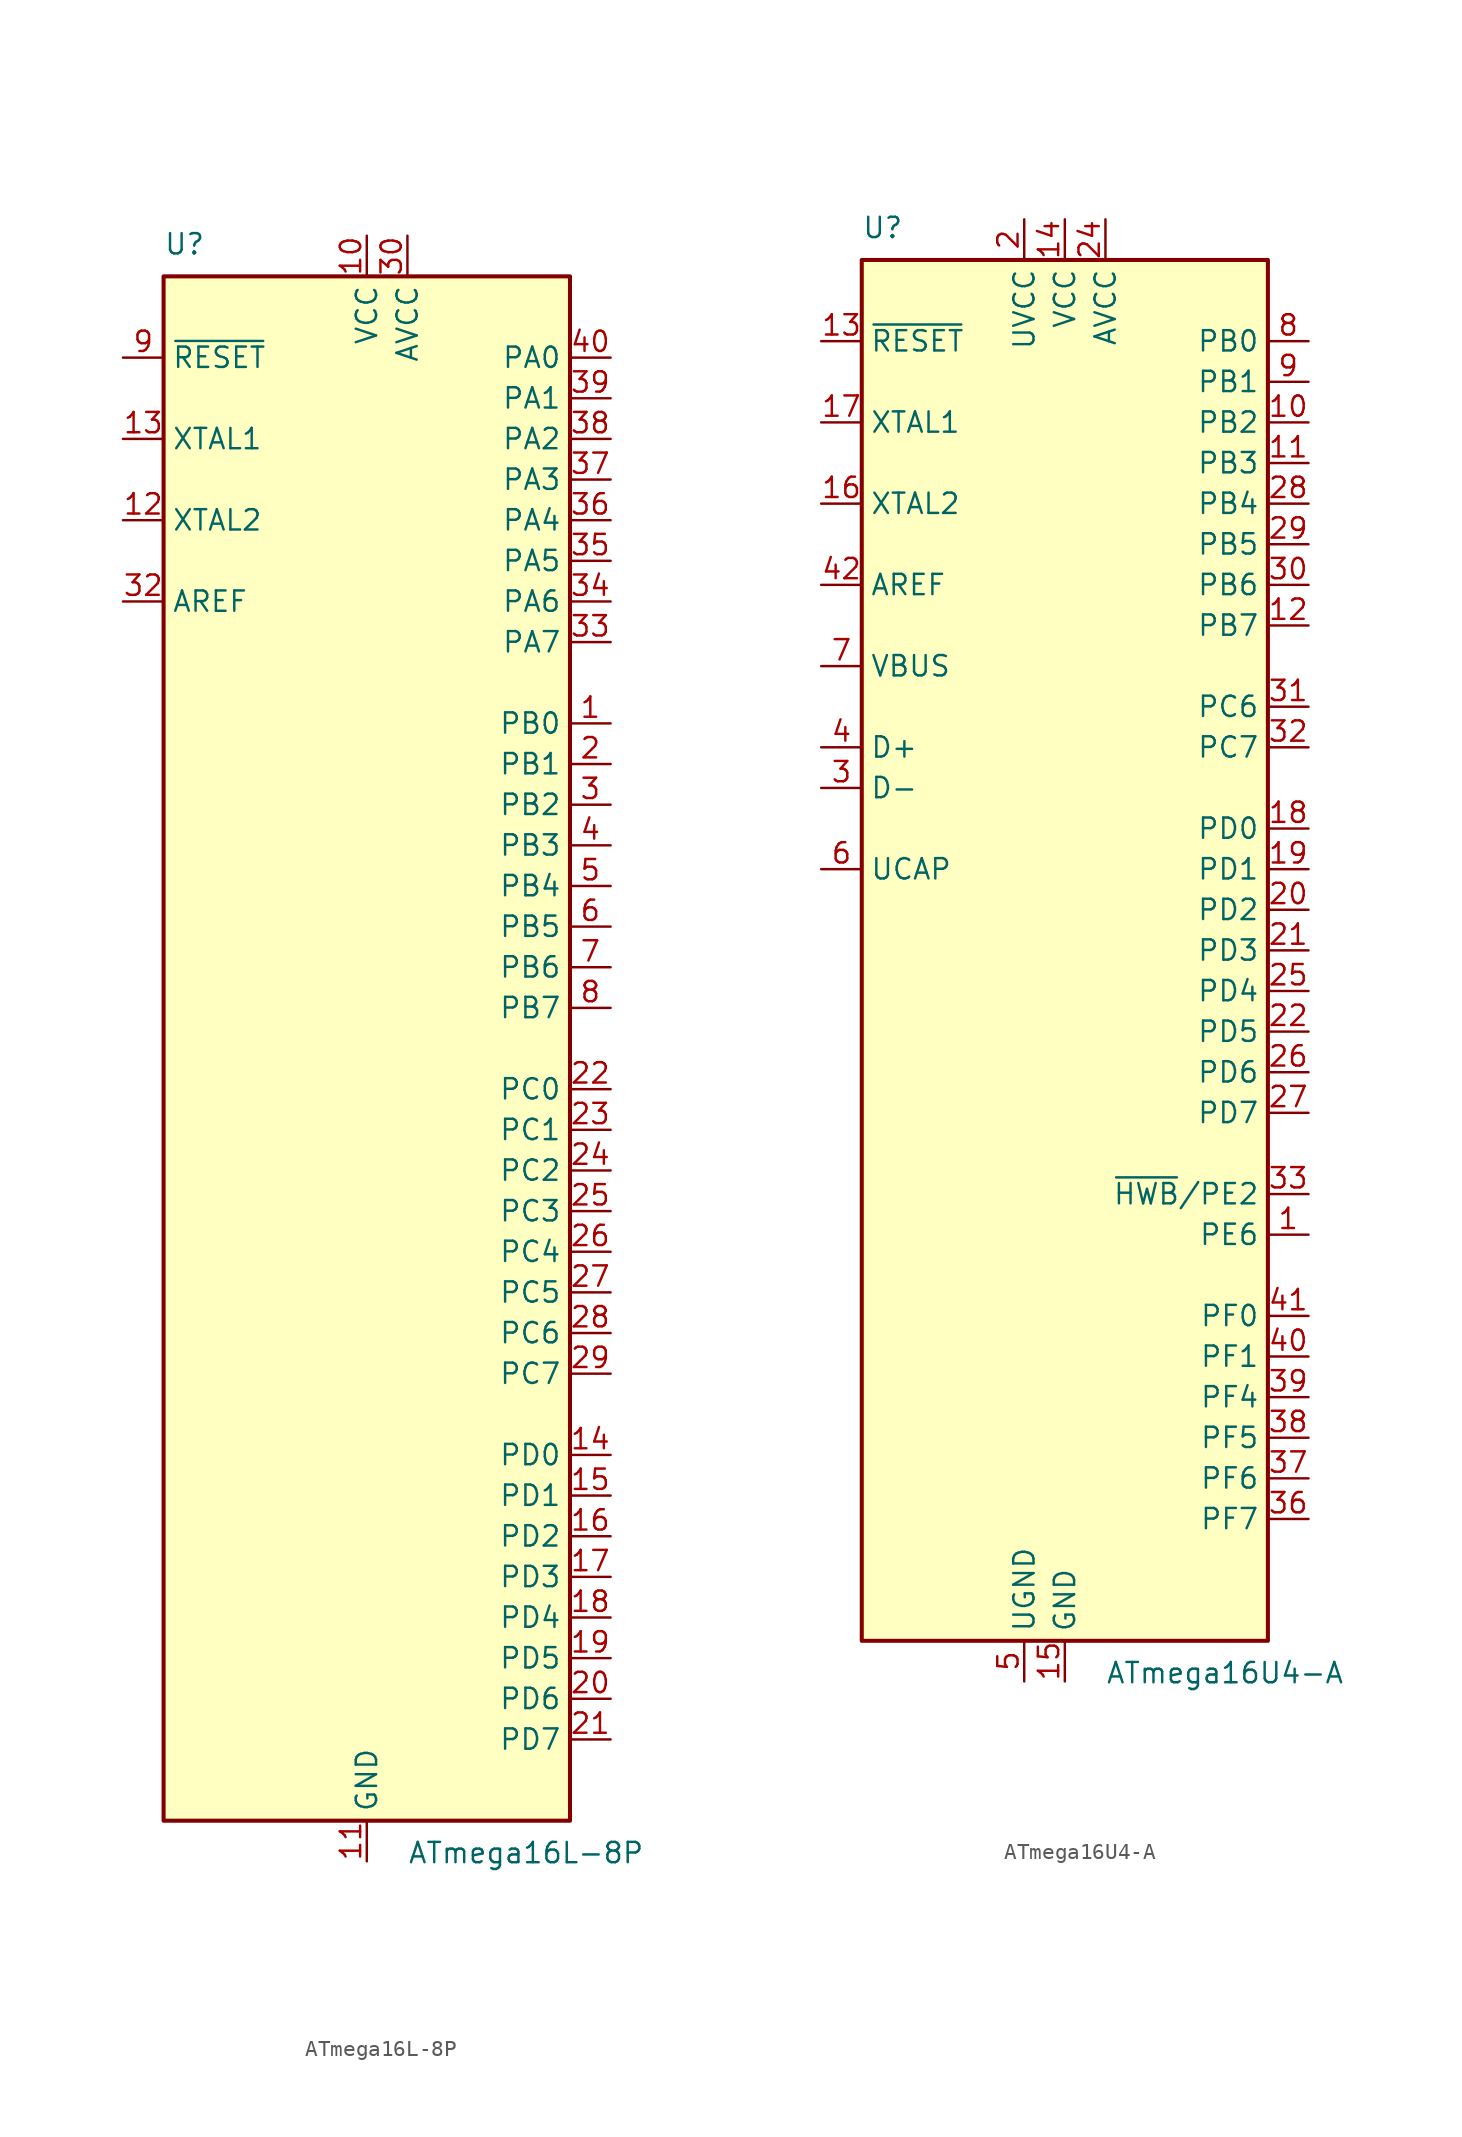
<source format=kicad_sym>
(kicad_symbol_lib
  (version 20211014)
  (generator kicad_symbol_editor)
  (symbol "ATmega16L-8P"
    (property "Reference" "U"
      (at -12.7 49.53 0)
      (effects (font (size 1.27 1.27)) (justify left bottom)))
    (property "Value" "ATmega16L-8P"
      (at 2.54 -49.53 0)
      (effects (font (size 1.27 1.27)) (justify left top)))
    (symbol "ATmega16L-8P_0_1"
      (rectangle (start -12.7 -48.26) (end 12.7 48.26) (stroke (width 0.254) (type default) (color 0 0 0 0)) (fill (type background))))
    (symbol "ATmega16L-8P_1_1"
      (pin bidirectional line (at 15.24 20.32 180) (length 2.54) (name "PB0" (effects (font (size 1.27 1.27)))) (number "1" (effects (font (size 1.27 1.27)))))
      (pin power_in line (at 0 50.8 270) (length 2.54) (name "VCC" (effects (font (size 1.27 1.27)))) (number "10" (effects (font (size 1.27 1.27)))))
      (pin power_in line (at 0 -50.8 90) (length 2.54) (name "GND" (effects (font (size 1.27 1.27)))) (number "11" (effects (font (size 1.27 1.27)))))
      (pin output line (at -15.24 33.02 0) (length 2.54) (name "XTAL2" (effects (font (size 1.27 1.27)))) (number "12" (effects (font (size 1.27 1.27)))))
      (pin input line (at -15.24 38.1 0) (length 2.54) (name "XTAL1" (effects (font (size 1.27 1.27)))) (number "13" (effects (font (size 1.27 1.27)))))
      (pin bidirectional line (at 15.24 -25.4 180) (length 2.54) (name "PD0" (effects (font (size 1.27 1.27)))) (number "14" (effects (font (size 1.27 1.27)))))
      (pin bidirectional line (at 15.24 -27.94 180) (length 2.54) (name "PD1" (effects (font (size 1.27 1.27)))) (number "15" (effects (font (size 1.27 1.27)))))
      (pin bidirectional line (at 15.24 -30.48 180) (length 2.54) (name "PD2" (effects (font (size 1.27 1.27)))) (number "16" (effects (font (size 1.27 1.27)))))
      (pin bidirectional line (at 15.24 -33.02 180) (length 2.54) (name "PD3" (effects (font (size 1.27 1.27)))) (number "17" (effects (font (size 1.27 1.27)))))
      (pin bidirectional line (at 15.24 -35.56 180) (length 2.54) (name "PD4" (effects (font (size 1.27 1.27)))) (number "18" (effects (font (size 1.27 1.27)))))
      (pin bidirectional line (at 15.24 -38.1 180) (length 2.54) (name "PD5" (effects (font (size 1.27 1.27)))) (number "19" (effects (font (size 1.27 1.27)))))
      (pin bidirectional line (at 15.24 17.78 180) (length 2.54) (name "PB1" (effects (font (size 1.27 1.27)))) (number "2" (effects (font (size 1.27 1.27)))))
      (pin bidirectional line (at 15.24 -40.64 180) (length 2.54) (name "PD6" (effects (font (size 1.27 1.27)))) (number "20" (effects (font (size 1.27 1.27)))))
      (pin bidirectional line (at 15.24 -43.18 180) (length 2.54) (name "PD7" (effects (font (size 1.27 1.27)))) (number "21" (effects (font (size 1.27 1.27)))))
      (pin bidirectional line (at 15.24 -2.54 180) (length 2.54) (name "PC0" (effects (font (size 1.27 1.27)))) (number "22" (effects (font (size 1.27 1.27)))))
      (pin bidirectional line (at 15.24 -5.08 180) (length 2.54) (name "PC1" (effects (font (size 1.27 1.27)))) (number "23" (effects (font (size 1.27 1.27)))))
      (pin bidirectional line (at 15.24 -7.62 180) (length 2.54) (name "PC2" (effects (font (size 1.27 1.27)))) (number "24" (effects (font (size 1.27 1.27)))))
      (pin bidirectional line (at 15.24 -10.16 180) (length 2.54) (name "PC3" (effects (font (size 1.27 1.27)))) (number "25" (effects (font (size 1.27 1.27)))))
      (pin bidirectional line (at 15.24 -12.7 180) (length 2.54) (name "PC4" (effects (font (size 1.27 1.27)))) (number "26" (effects (font (size 1.27 1.27)))))
      (pin bidirectional line (at 15.24 -15.24 180) (length 2.54) (name "PC5" (effects (font (size 1.27 1.27)))) (number "27" (effects (font (size 1.27 1.27)))))
      (pin bidirectional line (at 15.24 -17.78 180) (length 2.54) (name "PC6" (effects (font (size 1.27 1.27)))) (number "28" (effects (font (size 1.27 1.27)))))
      (pin bidirectional line (at 15.24 -20.32 180) (length 2.54) (name "PC7" (effects (font (size 1.27 1.27)))) (number "29" (effects (font (size 1.27 1.27)))))
      (pin bidirectional line (at 15.24 15.24 180) (length 2.54) (name "PB2" (effects (font (size 1.27 1.27)))) (number "3" (effects (font (size 1.27 1.27)))))
      (pin power_in line (at 2.54 50.8 270) (length 2.54) (name "AVCC" (effects (font (size 1.27 1.27)))) (number "30" (effects (font (size 1.27 1.27)))))
      (pin passive line (at 0 -50.8 90) (length 2.54) hide (name "GND" (effects (font (size 1.27 1.27)))) (number "31" (effects (font (size 1.27 1.27)))))
      (pin passive line (at -15.24 27.94 0) (length 2.54) (name "AREF" (effects (font (size 1.27 1.27)))) (number "32" (effects (font (size 1.27 1.27)))))
      (pin bidirectional line (at 15.24 25.4 180) (length 2.54) (name "PA7" (effects (font (size 1.27 1.27)))) (number "33" (effects (font (size 1.27 1.27)))))
      (pin bidirectional line (at 15.24 27.94 180) (length 2.54) (name "PA6" (effects (font (size 1.27 1.27)))) (number "34" (effects (font (size 1.27 1.27)))))
      (pin bidirectional line (at 15.24 30.48 180) (length 2.54) (name "PA5" (effects (font (size 1.27 1.27)))) (number "35" (effects (font (size 1.27 1.27)))))
      (pin bidirectional line (at 15.24 33.02 180) (length 2.54) (name "PA4" (effects (font (size 1.27 1.27)))) (number "36" (effects (font (size 1.27 1.27)))))
      (pin bidirectional line (at 15.24 35.56 180) (length 2.54) (name "PA3" (effects (font (size 1.27 1.27)))) (number "37" (effects (font (size 1.27 1.27)))))
      (pin bidirectional line (at 15.24 38.1 180) (length 2.54) (name "PA2" (effects (font (size 1.27 1.27)))) (number "38" (effects (font (size 1.27 1.27)))))
      (pin bidirectional line (at 15.24 40.64 180) (length 2.54) (name "PA1" (effects (font (size 1.27 1.27)))) (number "39" (effects (font (size 1.27 1.27)))))
      (pin bidirectional line (at 15.24 12.7 180) (length 2.54) (name "PB3" (effects (font (size 1.27 1.27)))) (number "4" (effects (font (size 1.27 1.27)))))
      (pin bidirectional line (at 15.24 43.18 180) (length 2.54) (name "PA0" (effects (font (size 1.27 1.27)))) (number "40" (effects (font (size 1.27 1.27)))))
      (pin bidirectional line (at 15.24 10.16 180) (length 2.54) (name "PB4" (effects (font (size 1.27 1.27)))) (number "5" (effects (font (size 1.27 1.27)))))
      (pin bidirectional line (at 15.24 7.62 180) (length 2.54) (name "PB5" (effects (font (size 1.27 1.27)))) (number "6" (effects (font (size 1.27 1.27)))))
      (pin bidirectional line (at 15.24 5.08 180) (length 2.54) (name "PB6" (effects (font (size 1.27 1.27)))) (number "7" (effects (font (size 1.27 1.27)))))
      (pin bidirectional line (at 15.24 2.54 180) (length 2.54) (name "PB7" (effects (font (size 1.27 1.27)))) (number "8" (effects (font (size 1.27 1.27)))))
      (pin input line (at -15.24 43.18 0) (length 2.54) (name "~{RESET}" (effects (font (size 1.27 1.27)))) (number "9" (effects (font (size 1.27 1.27)))))))
  (symbol "ATmega16U4-A"
    (property "Reference" "U"
      (at -12.7 44.45 0)
      (effects (font (size 1.27 1.27)) (justify left bottom)))
    (property "Value" "ATmega16U4-A"
      (at 2.54 -44.45 0)
      (effects (font (size 1.27 1.27)) (justify left top)))
    (symbol "ATmega16U4-A_0_1"
      (rectangle (start -12.7 -43.18) (end 12.7 43.18) (stroke (width 0.254) (type default) (color 0 0 0 0)) (fill (type background))))
    (symbol "ATmega16U4-A_1_1"
      (pin bidirectional line (at 15.24 -17.78 180) (length 2.54) (name "PE6" (effects (font (size 1.27 1.27)))) (number "1" (effects (font (size 1.27 1.27)))))
      (pin bidirectional line (at 15.24 33.02 180) (length 2.54) (name "PB2" (effects (font (size 1.27 1.27)))) (number "10" (effects (font (size 1.27 1.27)))))
      (pin bidirectional line (at 15.24 30.48 180) (length 2.54) (name "PB3" (effects (font (size 1.27 1.27)))) (number "11" (effects (font (size 1.27 1.27)))))
      (pin bidirectional line (at 15.24 20.32 180) (length 2.54) (name "PB7" (effects (font (size 1.27 1.27)))) (number "12" (effects (font (size 1.27 1.27)))))
      (pin input line (at -15.24 38.1 0) (length 2.54) (name "~{RESET}" (effects (font (size 1.27 1.27)))) (number "13" (effects (font (size 1.27 1.27)))))
      (pin power_in line (at 0 45.72 270) (length 2.54) (name "VCC" (effects (font (size 1.27 1.27)))) (number "14" (effects (font (size 1.27 1.27)))))
      (pin power_in line (at 0 -45.72 90) (length 2.54) (name "GND" (effects (font (size 1.27 1.27)))) (number "15" (effects (font (size 1.27 1.27)))))
      (pin output line (at -15.24 27.94 0) (length 2.54) (name "XTAL2" (effects (font (size 1.27 1.27)))) (number "16" (effects (font (size 1.27 1.27)))))
      (pin input line (at -15.24 33.02 0) (length 2.54) (name "XTAL1" (effects (font (size 1.27 1.27)))) (number "17" (effects (font (size 1.27 1.27)))))
      (pin bidirectional line (at 15.24 7.62 180) (length 2.54) (name "PD0" (effects (font (size 1.27 1.27)))) (number "18" (effects (font (size 1.27 1.27)))))
      (pin bidirectional line (at 15.24 5.08 180) (length 2.54) (name "PD1" (effects (font (size 1.27 1.27)))) (number "19" (effects (font (size 1.27 1.27)))))
      (pin power_in line (at -2.54 45.72 270) (length 2.54) (name "UVCC" (effects (font (size 1.27 1.27)))) (number "2" (effects (font (size 1.27 1.27)))))
      (pin bidirectional line (at 15.24 2.54 180) (length 2.54) (name "PD2" (effects (font (size 1.27 1.27)))) (number "20" (effects (font (size 1.27 1.27)))))
      (pin bidirectional line (at 15.24 0 180) (length 2.54) (name "PD3" (effects (font (size 1.27 1.27)))) (number "21" (effects (font (size 1.27 1.27)))))
      (pin bidirectional line (at 15.24 -5.08 180) (length 2.54) (name "PD5" (effects (font (size 1.27 1.27)))) (number "22" (effects (font (size 1.27 1.27)))))
      (pin passive line (at 0 -45.72 90) (length 2.54) hide (name "GND" (effects (font (size 1.27 1.27)))) (number "23" (effects (font (size 1.27 1.27)))))
      (pin power_in line (at 2.54 45.72 270) (length 2.54) (name "AVCC" (effects (font (size 1.27 1.27)))) (number "24" (effects (font (size 1.27 1.27)))))
      (pin bidirectional line (at 15.24 -2.54 180) (length 2.54) (name "PD4" (effects (font (size 1.27 1.27)))) (number "25" (effects (font (size 1.27 1.27)))))
      (pin bidirectional line (at 15.24 -7.62 180) (length 2.54) (name "PD6" (effects (font (size 1.27 1.27)))) (number "26" (effects (font (size 1.27 1.27)))))
      (pin bidirectional line (at 15.24 -10.16 180) (length 2.54) (name "PD7" (effects (font (size 1.27 1.27)))) (number "27" (effects (font (size 1.27 1.27)))))
      (pin bidirectional line (at 15.24 27.94 180) (length 2.54) (name "PB4" (effects (font (size 1.27 1.27)))) (number "28" (effects (font (size 1.27 1.27)))))
      (pin bidirectional line (at 15.24 25.4 180) (length 2.54) (name "PB5" (effects (font (size 1.27 1.27)))) (number "29" (effects (font (size 1.27 1.27)))))
      (pin bidirectional line (at -15.24 10.16 0) (length 2.54) (name "D-" (effects (font (size 1.27 1.27)))) (number "3" (effects (font (size 1.27 1.27)))))
      (pin bidirectional line (at 15.24 22.86 180) (length 2.54) (name "PB6" (effects (font (size 1.27 1.27)))) (number "30" (effects (font (size 1.27 1.27)))))
      (pin bidirectional line (at 15.24 15.24 180) (length 2.54) (name "PC6" (effects (font (size 1.27 1.27)))) (number "31" (effects (font (size 1.27 1.27)))))
      (pin bidirectional line (at 15.24 12.7 180) (length 2.54) (name "PC7" (effects (font (size 1.27 1.27)))) (number "32" (effects (font (size 1.27 1.27)))))
      (pin bidirectional line (at 15.24 -15.24 180) (length 2.54) (name "~{HWB}/PE2" (effects (font (size 1.27 1.27)))) (number "33" (effects (font (size 1.27 1.27)))))
      (pin passive line (at 0 45.72 270) (length 2.54) hide (name "VCC" (effects (font (size 1.27 1.27)))) (number "34" (effects (font (size 1.27 1.27)))))
      (pin passive line (at 0 -45.72 90) (length 2.54) hide (name "GND" (effects (font (size 1.27 1.27)))) (number "35" (effects (font (size 1.27 1.27)))))
      (pin bidirectional line (at 15.24 -35.56 180) (length 2.54) (name "PF7" (effects (font (size 1.27 1.27)))) (number "36" (effects (font (size 1.27 1.27)))))
      (pin bidirectional line (at 15.24 -33.02 180) (length 2.54) (name "PF6" (effects (font (size 1.27 1.27)))) (number "37" (effects (font (size 1.27 1.27)))))
      (pin bidirectional line (at 15.24 -30.48 180) (length 2.54) (name "PF5" (effects (font (size 1.27 1.27)))) (number "38" (effects (font (size 1.27 1.27)))))
      (pin bidirectional line (at 15.24 -27.94 180) (length 2.54) (name "PF4" (effects (font (size 1.27 1.27)))) (number "39" (effects (font (size 1.27 1.27)))))
      (pin bidirectional line (at -15.24 12.7 0) (length 2.54) (name "D+" (effects (font (size 1.27 1.27)))) (number "4" (effects (font (size 1.27 1.27)))))
      (pin bidirectional line (at 15.24 -25.4 180) (length 2.54) (name "PF1" (effects (font (size 1.27 1.27)))) (number "40" (effects (font (size 1.27 1.27)))))
      (pin bidirectional line (at 15.24 -22.86 180) (length 2.54) (name "PF0" (effects (font (size 1.27 1.27)))) (number "41" (effects (font (size 1.27 1.27)))))
      (pin passive line (at -15.24 22.86 0) (length 2.54) (name "AREF" (effects (font (size 1.27 1.27)))) (number "42" (effects (font (size 1.27 1.27)))))
      (pin passive line (at 0 -45.72 90) (length 2.54) hide (name "GND" (effects (font (size 1.27 1.27)))) (number "43" (effects (font (size 1.27 1.27)))))
      (pin passive line (at 2.54 45.72 270) (length 2.54) hide (name "AVCC" (effects (font (size 1.27 1.27)))) (number "44" (effects (font (size 1.27 1.27)))))
      (pin passive line (at -2.54 -45.72 90) (length 2.54) (name "UGND" (effects (font (size 1.27 1.27)))) (number "5" (effects (font (size 1.27 1.27)))))
      (pin passive line (at -15.24 5.08 0) (length 2.54) (name "UCAP" (effects (font (size 1.27 1.27)))) (number "6" (effects (font (size 1.27 1.27)))))
      (pin input line (at -15.24 17.78 0) (length 2.54) (name "VBUS" (effects (font (size 1.27 1.27)))) (number "7" (effects (font (size 1.27 1.27)))))
      (pin bidirectional line (at 15.24 38.1 180) (length 2.54) (name "PB0" (effects (font (size 1.27 1.27)))) (number "8" (effects (font (size 1.27 1.27)))))
      (pin bidirectional line (at 15.24 35.56 180) (length 2.54) (name "PB1" (effects (font (size 1.27 1.27)))) (number "9" (effects (font (size 1.27 1.27))))))))
</source>
